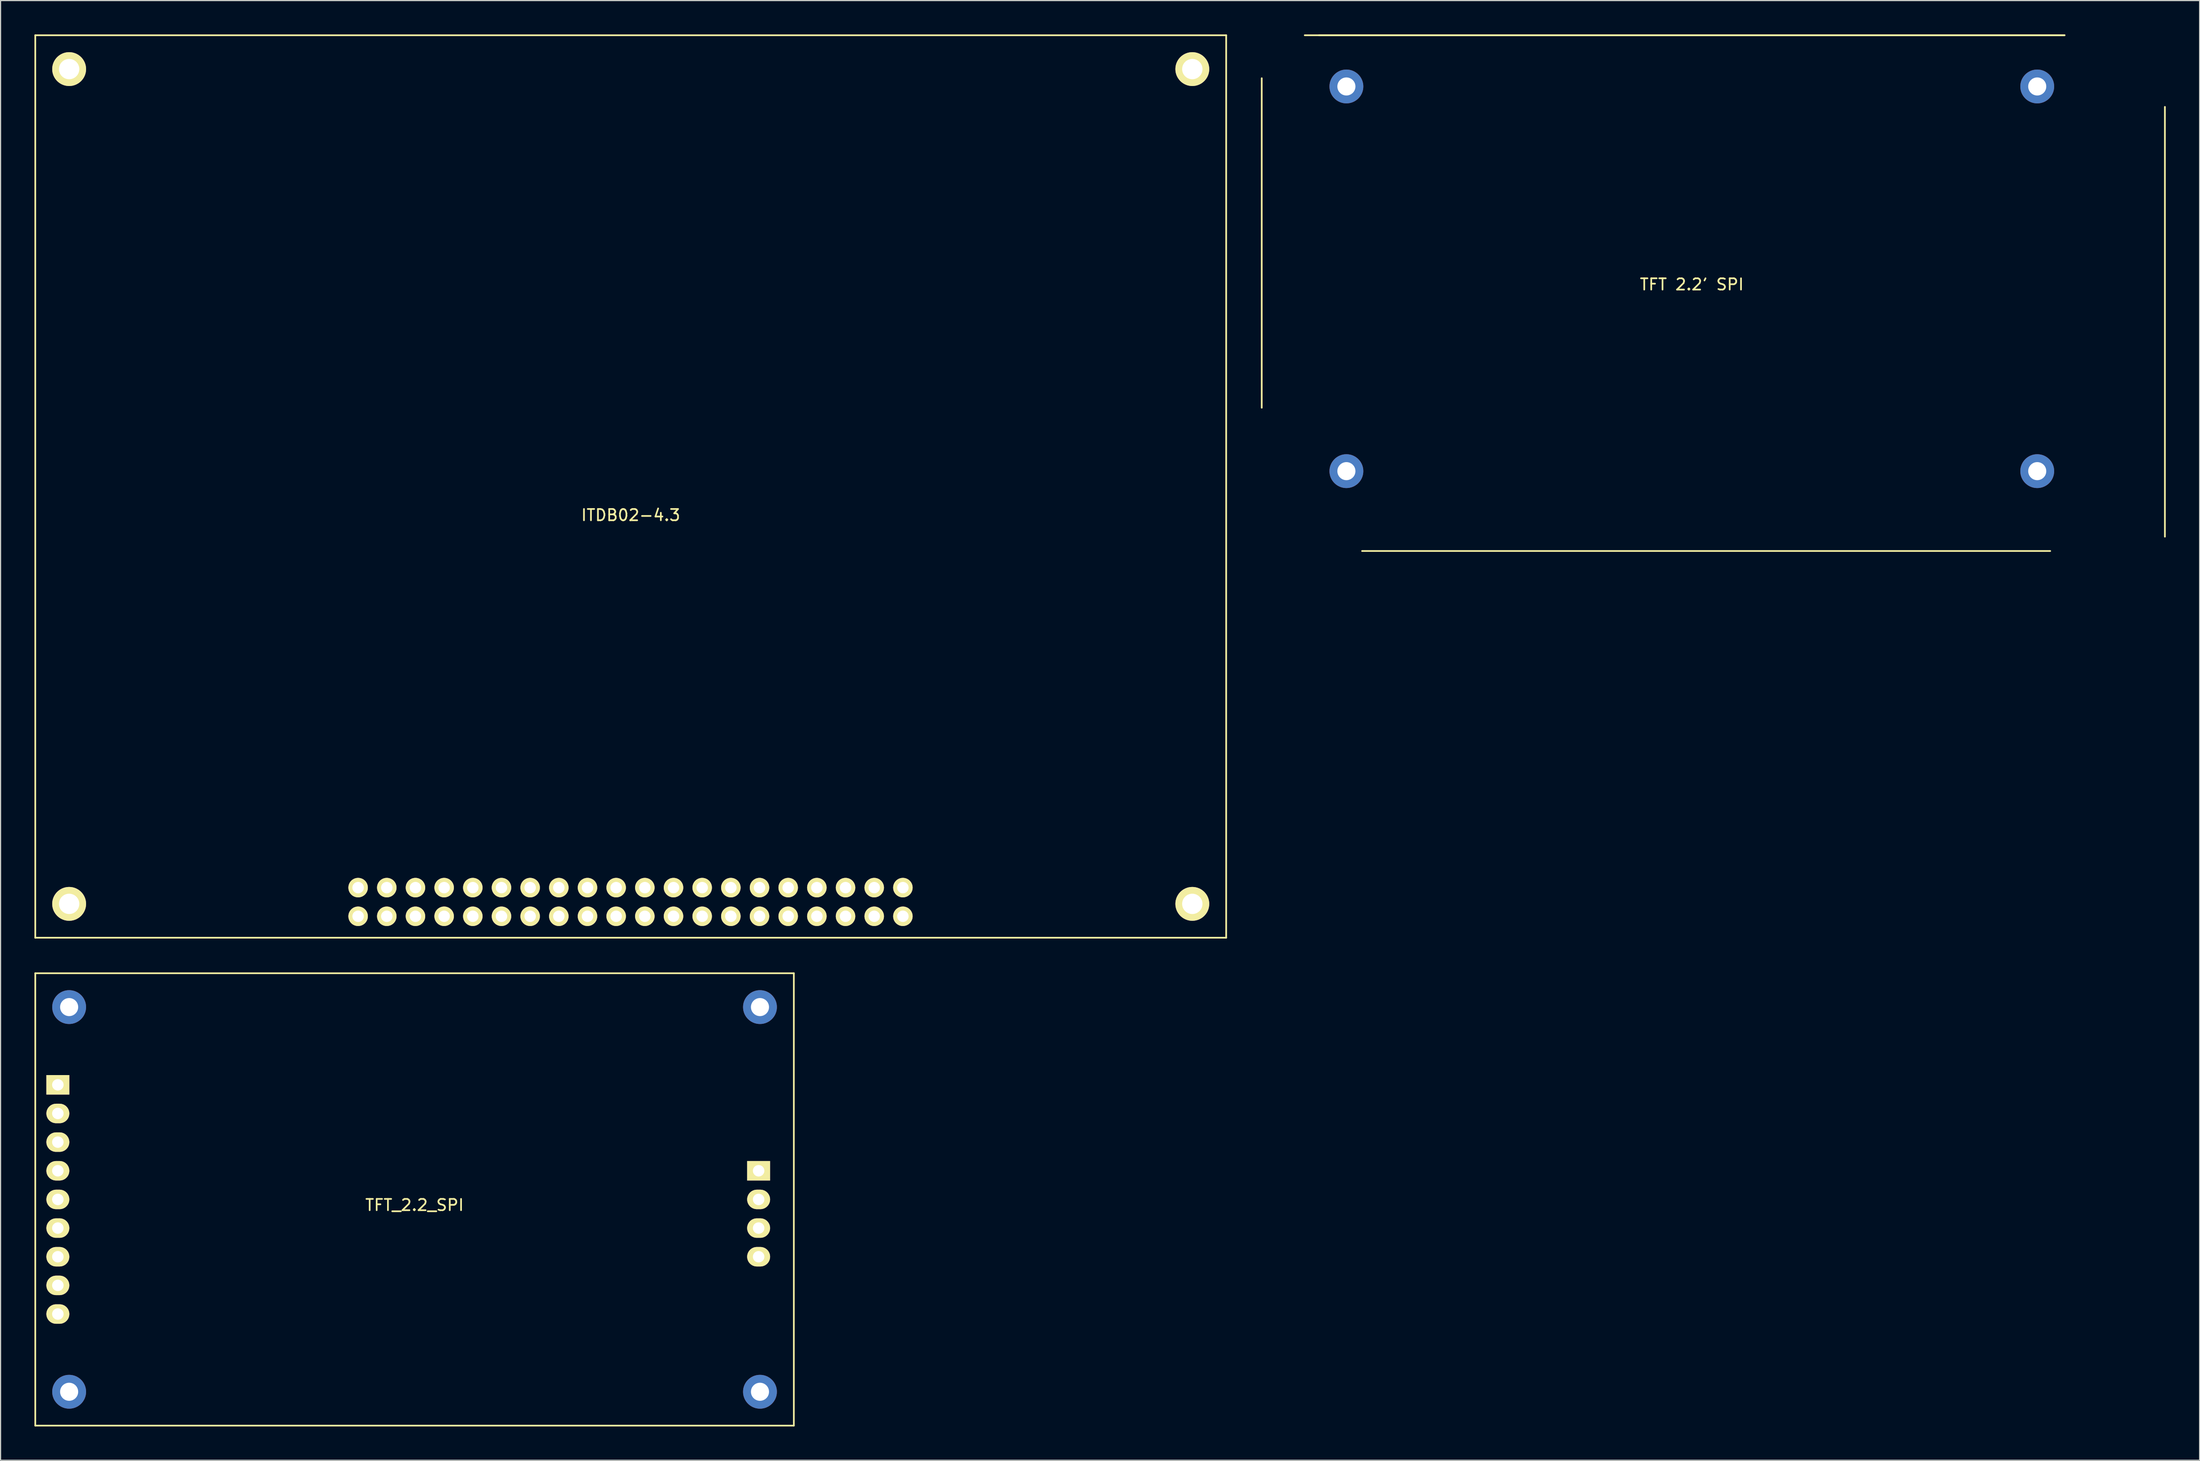
<source format=kicad_pcb>
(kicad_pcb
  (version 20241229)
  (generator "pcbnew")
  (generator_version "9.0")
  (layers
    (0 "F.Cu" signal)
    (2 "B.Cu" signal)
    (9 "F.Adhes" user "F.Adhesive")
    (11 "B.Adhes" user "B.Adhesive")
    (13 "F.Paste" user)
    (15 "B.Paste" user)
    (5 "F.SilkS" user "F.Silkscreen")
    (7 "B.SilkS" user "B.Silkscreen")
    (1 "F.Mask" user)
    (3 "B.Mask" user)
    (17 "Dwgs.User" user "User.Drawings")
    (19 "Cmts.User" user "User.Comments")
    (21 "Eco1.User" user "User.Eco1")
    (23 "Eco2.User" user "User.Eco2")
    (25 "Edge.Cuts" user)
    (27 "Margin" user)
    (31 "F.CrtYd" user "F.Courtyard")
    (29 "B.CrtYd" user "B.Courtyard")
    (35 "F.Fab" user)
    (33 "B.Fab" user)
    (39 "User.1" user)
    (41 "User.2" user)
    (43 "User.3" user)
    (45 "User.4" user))
  (footprint "TFT_2.2_SPI"
    (layer "F.Cu")
    (at 33.675 103.275)
    (property "Reference" "TFT_2.2_SPI" (at 0 0.5 0) (layer "F.SilkS") (effects (font (size 1 1) (thickness 0.15))))
    (attr through_hole)
    (fp_line (start -33.6 -20.05) (end -33.6 20.05) (stroke (width 0.15) (type solid)) (layer "F.SilkS"))
    (fp_line (start -33.6 20.05) (end 33.6 20.05) (stroke (width 0.15) (type solid)) (layer "F.SilkS"))
    (fp_line (start 33.6 -20.05) (end -33.6 -20.05) (stroke (width 0.15) (type solid)) (layer "F.SilkS"))
    (fp_line (start 33.6 20.05) (end 33.6 -20.05) (stroke (width 0.15) (type solid)) (layer "F.SilkS"))
    (pad "0" thru_hole rect (at -31.6 -10.16) (size 2.032 1.727) (drill 1.016) (layers "*.Cu" "*.Mask" "F.SilkS"))
    (pad "1" thru_hole oval (at -31.6 -7.62) (size 2.032 1.727) (drill 1.016) (layers "*.Cu" "*.Mask" "F.SilkS"))
    (pad "2" thru_hole oval (at -31.6 -5.08) (size 2.032 1.727) (drill 1.016) (layers "*.Cu" "*.Mask" "F.SilkS"))
    (pad "3" thru_hole oval (at -31.6 -2.54) (size 2.032 1.727) (drill 1.016) (layers "*.Cu" "*.Mask" "F.SilkS"))
    (pad "4" thru_hole oval (at -31.6 0) (size 2.032 1.727) (drill 1.016) (layers "*.Cu" "*.Mask" "F.SilkS"))
    (pad "5" thru_hole oval (at -31.6 2.54) (size 2.032 1.727) (drill 1.016) (layers "*.Cu" "*.Mask" "F.SilkS"))
    (pad "6" thru_hole oval (at -31.6 5.08) (size 2.032 1.727) (drill 1.016) (layers "*.Cu" "*.Mask" "F.SilkS"))
    (pad "7" thru_hole oval (at -31.6 7.62) (size 2.032 1.727) (drill 1.016) (layers "*.Cu" "*.Mask" "F.SilkS"))
    (pad "8" thru_hole oval (at -31.6 10.16) (size 2.032 1.727) (drill 1.016) (layers "*.Cu" "*.Mask" "F.SilkS"))
    (pad "9" thru_hole rect (at 30.48 -2.54) (size 2.032 1.727) (drill 1.016) (layers "*.Cu" "*.Mask" "F.SilkS"))
    (pad "10" thru_hole oval (at 30.48 0) (size 2.032 1.727) (drill 1.016) (layers "*.Cu" "*.Mask" "F.SilkS"))
    (pad "11" thru_hole oval (at 30.48 2.54) (size 2.032 1.727) (drill 1.016) (layers "*.Cu" "*.Mask" "F.SilkS"))
    (pad "12" thru_hole oval (at 30.48 5.08) (size 2.032 1.727) (drill 1.016) (layers "*.Cu" "*.Mask" "F.SilkS"))
    (pad "13" thru_hole circle (at -30.6 -17.05) (size 3 3) (drill 1.6) (layers "*.Cu" "*.Mask"))
    (pad "14" thru_hole circle (at 30.6 -17.05) (size 3 3) (drill 1.6) (layers "*.Cu" "*.Mask"))
    (pad "15" thru_hole circle (at 30.6 17.05) (size 3 3) (drill 1.6) (layers "*.Cu" "*.Mask"))
    (pad "16" thru_hole circle (at -30.6 17.05) (size 3 3) (drill 1.6) (layers "*.Cu" "*.Mask")))
  (footprint "ITDB02-4.3"
    (layer "F.Cu")
    (at 52.825 40.075)
    (property "Reference" "ITDB02-4.3" (at 0 2.54 0) (layer "F.SilkS") (effects (font (size 1 1) (thickness 0.15))))
    (attr through_hole)
    (fp_line (start -52.75 -40) (end 52.75 -40) (stroke (width 0.15) (type solid)) (layer "F.SilkS"))
    (fp_line (start -52.75 40) (end -52.75 -40) (stroke (width 0.15) (type solid)) (layer "F.SilkS"))
    (fp_line (start 52.75 -40) (end 52.75 40) (stroke (width 0.15) (type solid)) (layer "F.SilkS"))
    (fp_line (start 52.75 40) (end -52.75 40) (stroke (width 0.15) (type solid)) (layer "F.SilkS"))
    (pad "" np_thru_hole circle (at -49.75 -37) (size 3 3) (drill 1.8) (layers "*.Cu" "*.Mask" "F.SilkS"))
    (pad "" np_thru_hole circle (at -49.75 37) (size 3 3) (drill 1.8) (layers "*.Cu" "*.Mask" "F.SilkS"))
    (pad "" np_thru_hole circle (at 49.75 -37) (size 3 3) (drill 1.8) (layers "*.Cu" "*.Mask" "F.SilkS"))
    (pad "" np_thru_hole circle (at 49.75 37) (size 3 3) (drill 1.8) (layers "*.Cu" "*.Mask" "F.SilkS"))
    (pad "1" thru_hole circle (at 24.11 35.56) (size 1.727 1.727) (drill 1.016) (layers "*.Cu" "*.Mask" "F.SilkS"))
    (pad "2" thru_hole circle (at 21.57 35.56) (size 1.727 1.727) (drill 1.016) (layers "*.Cu" "*.Mask" "F.SilkS"))
    (pad "3" thru_hole circle (at 19.03 35.56) (size 1.727 1.727) (drill 1.016) (layers "*.Cu" "*.Mask" "F.SilkS"))
    (pad "4" thru_hole circle (at 16.49 35.56) (size 1.727 1.727) (drill 1.016) (layers "*.Cu" "*.Mask" "F.SilkS"))
    (pad "5" thru_hole circle (at 13.95 35.56) (size 1.727 1.727) (drill 1.016) (layers "*.Cu" "*.Mask" "F.SilkS"))
    (pad "6" thru_hole circle (at 11.41 35.56) (size 1.727 1.727) (drill 1.016) (layers "*.Cu" "*.Mask" "F.SilkS"))
    (pad "7" thru_hole circle (at 8.87 35.56) (size 1.727 1.727) (drill 1.016) (layers "*.Cu" "*.Mask" "F.SilkS"))
    (pad "8" thru_hole circle (at 6.33 35.56) (size 1.727 1.727) (drill 1.016) (layers "*.Cu" "*.Mask" "F.SilkS"))
    (pad "9" thru_hole circle (at 3.79 35.56) (size 1.727 1.727) (drill 1.016) (layers "*.Cu" "*.Mask" "F.SilkS"))
    (pad "10" thru_hole circle (at 1.25 35.56) (size 1.727 1.727) (drill 1.016) (layers "*.Cu" "*.Mask" "F.SilkS"))
    (pad "11" thru_hole circle (at -1.29 35.56) (size 1.727 1.727) (drill 1.016) (layers "*.Cu" "*.Mask" "F.SilkS"))
    (pad "12" thru_hole circle (at -3.83 35.56) (size 1.727 1.727) (drill 1.016) (layers "*.Cu" "*.Mask" "F.SilkS"))
    (pad "13" thru_hole circle (at -6.37 35.56) (size 1.727 1.727) (drill 1.016) (layers "*.Cu" "*.Mask" "F.SilkS"))
    (pad "14" thru_hole circle (at -8.91 35.56) (size 1.727 1.727) (drill 1.016) (layers "*.Cu" "*.Mask" "F.SilkS"))
    (pad "15" thru_hole circle (at -11.45 35.56) (size 1.727 1.727) (drill 1.016) (layers "*.Cu" "*.Mask" "F.SilkS"))
    (pad "16" thru_hole circle (at -13.99 35.56) (size 1.727 1.727) (drill 1.016) (layers "*.Cu" "*.Mask" "F.SilkS"))
    (pad "17" thru_hole circle (at -16.53 35.56) (size 1.727 1.727) (drill 1.016) (layers "*.Cu" "*.Mask" "F.SilkS"))
    (pad "18" thru_hole circle (at -19.07 35.56) (size 1.727 1.727) (drill 1.016) (layers "*.Cu" "*.Mask" "F.SilkS"))
    (pad "19" thru_hole circle (at -21.61 35.56) (size 1.727 1.727) (drill 1.016) (layers "*.Cu" "*.Mask" "F.SilkS"))
    (pad "20" thru_hole circle (at -24.15 35.56) (size 1.727 1.727) (drill 1.016) (layers "*.Cu" "*.Mask" "F.SilkS"))
    (pad "21" thru_hole circle (at -24.15 38.1) (size 1.727 1.727) (drill 1.016) (layers "*.Cu" "*.Mask" "F.SilkS"))
    (pad "22" thru_hole circle (at -21.61 38.1) (size 1.727 1.727) (drill 1.016) (layers "*.Cu" "*.Mask" "F.SilkS"))
    (pad "23" thru_hole circle (at -19.07 38.1) (size 1.727 1.727) (drill 1.016) (layers "*.Cu" "*.Mask" "F.SilkS"))
    (pad "24" thru_hole circle (at -16.53 38.1) (size 1.727 1.727) (drill 1.016) (layers "*.Cu" "*.Mask" "F.SilkS"))
    (pad "25" thru_hole circle (at -13.99 38.1) (size 1.727 1.727) (drill 1.016) (layers "*.Cu" "*.Mask" "F.SilkS"))
    (pad "26" thru_hole circle (at -11.45 38.1) (size 1.727 1.727) (drill 1.016) (layers "*.Cu" "*.Mask" "F.SilkS"))
    (pad "27" thru_hole circle (at -8.91 38.1) (size 1.727 1.727) (drill 1.016) (layers "*.Cu" "*.Mask" "F.SilkS"))
    (pad "28" thru_hole circle (at -6.37 38.1) (size 1.727 1.727) (drill 1.016) (layers "*.Cu" "*.Mask" "F.SilkS"))
    (pad "29" thru_hole circle (at -3.83 38.1) (size 1.727 1.727) (drill 1.016) (layers "*.Cu" "*.Mask" "F.SilkS"))
    (pad "30" thru_hole circle (at -1.29 38.1) (size 1.727 1.727) (drill 1.016) (layers "*.Cu" "*.Mask" "F.SilkS"))
    (pad "31" thru_hole circle (at 1.25 38.1) (size 1.727 1.727) (drill 1.016) (layers "*.Cu" "*.Mask" "F.SilkS"))
    (pad "32" thru_hole circle (at 3.79 38.1) (size 1.727 1.727) (drill 1.016) (layers "*.Cu" "*.Mask" "F.SilkS"))
    (pad "33" thru_hole circle (at 6.33 38.1) (size 1.727 1.727) (drill 1.016) (layers "*.Cu" "*.Mask" "F.SilkS"))
    (pad "34" thru_hole circle (at 8.87 38.1) (size 1.727 1.727) (drill 1.016) (layers "*.Cu" "*.Mask" "F.SilkS"))
    (pad "35" thru_hole circle (at 11.41 38.1) (size 1.727 1.727) (drill 1.016) (layers "*.Cu" "*.Mask" "F.SilkS"))
    (pad "36" thru_hole circle (at 13.95 38.1) (size 1.727 1.727) (drill 1.016) (layers "*.Cu" "*.Mask" "F.SilkS"))
    (pad "37" thru_hole circle (at 16.49 38.1) (size 1.727 1.727) (drill 1.016) (layers "*.Cu" "*.Mask" "F.SilkS"))
    (pad "38" thru_hole circle (at 19.03 38.1) (size 1.727 1.727) (drill 1.016) (layers "*.Cu" "*.Mask" "F.SilkS"))
    (pad "39" thru_hole circle (at 21.57 38.1) (size 1.727 1.727) (drill 1.016) (layers "*.Cu" "*.Mask" "F.SilkS"))
    (pad "40" thru_hole circle (at 24.11 38.1) (size 1.727 1.727) (drill 1.016) (layers "*.Cu" "*.Mask" "F.SilkS")))
  (footprint "TFT 2.2' SPI"
    (layer "F.Cu")
    (at 146.825 21.665)
    (property "Reference" "TFT 2.2' SPI" (at 0 0.5 0) (layer "F.SilkS") (effects (font (size 1 1) (thickness 0.15))))
    (attr through_hole)
    (fp_line (start -38.1 -17.78) (end -38.1 11.43) (stroke (width 0.15) (type solid)) (layer "F.SilkS"))
    (fp_line (start -33.02 -21.59) (end 33.02 -21.59) (stroke (width 0.15) (type solid)) (layer "F.SilkS"))
    (fp_line (start -29.21 24.13) (end 31.75 24.13) (stroke (width 0.15) (type solid)) (layer "F.SilkS"))
    (fp_line (start 33.02 -21.59) (end -34.29 -21.59) (stroke (width 0.15) (type solid)) (layer "F.SilkS"))
    (fp_line (start 41.91 22.86) (end 41.91 -15.24) (stroke (width 0.15) (type solid)) (layer "F.SilkS"))
    (pad "1" thru_hole circle (at -30.6 -17.05) (size 3 3) (drill 1.6) (layers "*.Cu" "*.Mask"))
    (pad "2" thru_hole circle (at 30.6 -17.05) (size 3 3) (drill 1.6) (layers "*.Cu" "*.Mask"))
    (pad "3" thru_hole circle (at 30.6 17.05) (size 3 3) (drill 1.6) (layers "*.Cu" "*.Mask"))
    (pad "4" thru_hole circle (at -30.6 17.05) (size 3 3) (drill 1.6) (layers "*.Cu" "*.Mask")))
  (gr_rect
    (start -3 -3)
    (end 191.81 126.4)
    (stroke (width 0.1) (type default))
    (fill no)
    (layer "Edge.Cuts")))
</source>
